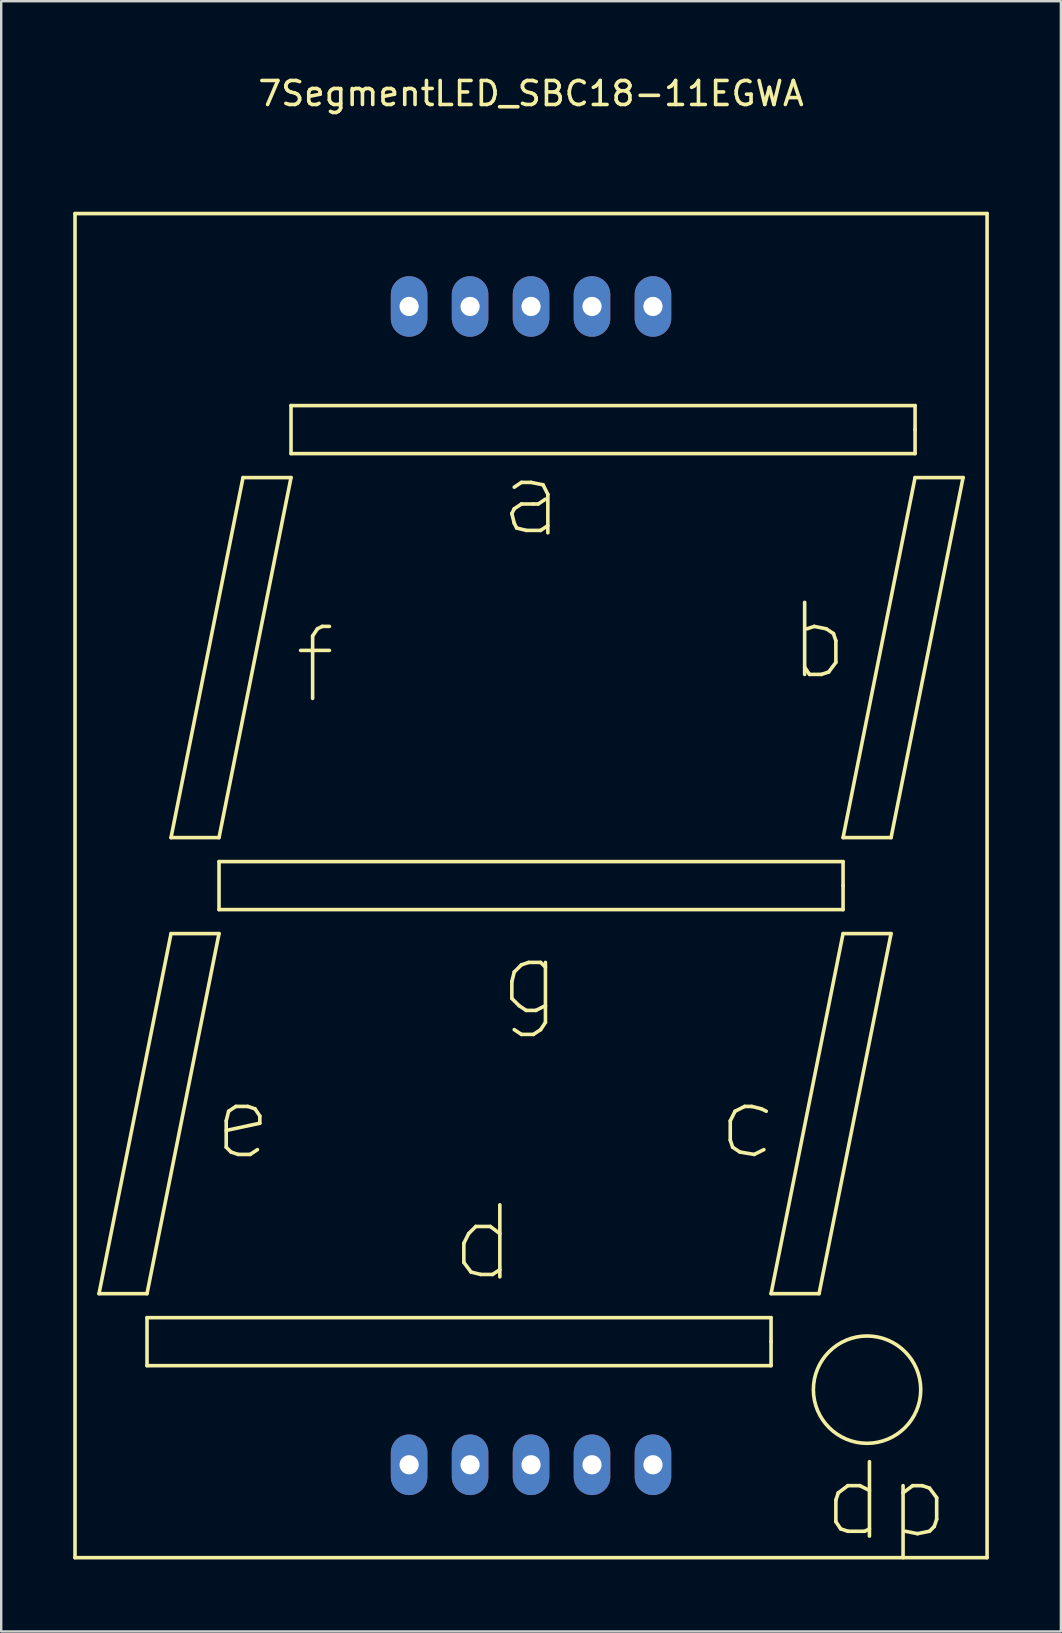
<source format=kicad_pcb>
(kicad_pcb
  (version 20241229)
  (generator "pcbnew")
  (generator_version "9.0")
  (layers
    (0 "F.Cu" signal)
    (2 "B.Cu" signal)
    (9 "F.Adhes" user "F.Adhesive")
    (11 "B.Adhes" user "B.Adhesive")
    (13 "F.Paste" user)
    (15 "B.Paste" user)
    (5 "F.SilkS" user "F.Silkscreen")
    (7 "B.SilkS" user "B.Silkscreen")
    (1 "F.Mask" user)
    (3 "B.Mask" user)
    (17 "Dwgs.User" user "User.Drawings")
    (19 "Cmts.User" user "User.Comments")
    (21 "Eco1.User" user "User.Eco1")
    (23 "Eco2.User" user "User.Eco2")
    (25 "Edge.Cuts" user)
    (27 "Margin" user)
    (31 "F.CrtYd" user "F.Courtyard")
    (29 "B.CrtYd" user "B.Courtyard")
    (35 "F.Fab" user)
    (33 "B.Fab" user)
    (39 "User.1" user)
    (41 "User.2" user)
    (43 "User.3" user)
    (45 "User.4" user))
  (footprint "7SegmentLED_SBC18-11EGWA"
    (layer "F.Cu")
    (at 19.075 33.848)
    (property "Reference" "7SegmentLED_SBC18-11EGWA" (at 0 -33 0) (layer "F.SilkS") (effects (font (size 1 1) (thickness 0.15))))
    (attr through_hole)
    (fp_line (start -19 -28) (end 19 -28) (stroke (width 0.15) (type solid)) (layer "F.SilkS"))
    (fp_line (start -19 28) (end -19 -28) (stroke (width 0.15) (type solid)) (layer "F.SilkS"))
    (fp_line (start -18 17) (end -16 17) (stroke (width 0.15) (type solid)) (layer "F.SilkS"))
    (fp_line (start -16 17) (end -13 2) (stroke (width 0.15) (type solid)) (layer "F.SilkS"))
    (fp_line (start -16 18) (end -16 20) (stroke (width 0.15) (type solid)) (layer "F.SilkS"))
    (fp_line (start -16 20) (end 10 20) (stroke (width 0.15) (type solid)) (layer "F.SilkS"))
    (fp_line (start -15 -2) (end -13 -2) (stroke (width 0.15) (type solid)) (layer "F.SilkS"))
    (fp_line (start -15 2) (end -18 17) (stroke (width 0.15) (type solid)) (layer "F.SilkS"))
    (fp_line (start -13 -2) (end -10 -17) (stroke (width 0.15) (type solid)) (layer "F.SilkS"))
    (fp_line (start -13 -1) (end -13 1) (stroke (width 0.15) (type solid)) (layer "F.SilkS"))
    (fp_line (start -13 1) (end 13 1) (stroke (width 0.15) (type solid)) (layer "F.SilkS"))
    (fp_line (start -13 2) (end -15 2) (stroke (width 0.15) (type solid)) (layer "F.SilkS"))
    (fp_line (start -12.7 9.8) (end -12.6 9.4) (stroke (width 0.15) (type solid)) (layer "F.SilkS"))
    (fp_line (start -12.7 10.9) (end -12.7 9.8) (stroke (width 0.15) (type solid)) (layer "F.SilkS"))
    (fp_line (start -12.6 9.4) (end -12.3 9.2) (stroke (width 0.15) (type solid)) (layer "F.SilkS"))
    (fp_line (start -12.5 11.1) (end -12.7 10.9) (stroke (width 0.15) (type solid)) (layer "F.SilkS"))
    (fp_line (start -12.3 9.2) (end -11.8 9.2) (stroke (width 0.15) (type solid)) (layer "F.SilkS"))
    (fp_line (start -12.2 11.2) (end -12.5 11.1) (stroke (width 0.15) (type solid)) (layer "F.SilkS"))
    (fp_line (start -12 -17) (end -15 -2) (stroke (width 0.15) (type solid)) (layer "F.SilkS"))
    (fp_line (start -11.8 9.2) (end -11.5 9.3) (stroke (width 0.15) (type solid)) (layer "F.SilkS"))
    (fp_line (start -11.7 11.2) (end -12.2 11.2) (stroke (width 0.15) (type solid)) (layer "F.SilkS"))
    (fp_line (start -11.5 9.3) (end -11.3 9.6) (stroke (width 0.15) (type solid)) (layer "F.SilkS"))
    (fp_line (start -11.4 11) (end -11.7 11.2) (stroke (width 0.15) (type solid)) (layer "F.SilkS"))
    (fp_line (start -11.3 9.6) (end -11.3 9.9) (stroke (width 0.15) (type solid)) (layer "F.SilkS"))
    (fp_line (start -11.3 9.9) (end -12.7 10.2) (stroke (width 0.15) (type solid)) (layer "F.SilkS"))
    (fp_line (start -10 -20) (end -10 -18) (stroke (width 0.15) (type solid)) (layer "F.SilkS"))
    (fp_line (start -10 -18) (end 16 -18) (stroke (width 0.15) (type solid)) (layer "F.SilkS"))
    (fp_line (start -10 -17) (end -12 -17) (stroke (width 0.15) (type solid)) (layer "F.SilkS"))
    (fp_line (start -9.6 -9.8) (end -8.4 -9.8) (stroke (width 0.15) (type solid)) (layer "F.SilkS"))
    (fp_line (start -9.1 -10.4) (end -9.1 -7.8) (stroke (width 0.15) (type solid)) (layer "F.SilkS"))
    (fp_line (start -8.9 -10.7) (end -9.1 -10.4) (stroke (width 0.15) (type solid)) (layer "F.SilkS"))
    (fp_line (start -8.7 -10.8) (end -8.9 -10.7) (stroke (width 0.15) (type solid)) (layer "F.SilkS"))
    (fp_line (start -8.4 -10.8) (end -8.7 -10.8) (stroke (width 0.15) (type solid)) (layer "F.SilkS"))
    (fp_line (start -2.8 14.9) (end -2.6 14.5) (stroke (width 0.15) (type solid)) (layer "F.SilkS"))
    (fp_line (start -2.8 15.7) (end -2.8 14.9) (stroke (width 0.15) (type solid)) (layer "F.SilkS"))
    (fp_line (start -2.6 14.5) (end -2.3 14.2) (stroke (width 0.15) (type solid)) (layer "F.SilkS"))
    (fp_line (start -2.5 16.1) (end -2.8 15.7) (stroke (width 0.15) (type solid)) (layer "F.SilkS"))
    (fp_line (start -2.3 14.2) (end -1.7 14.2) (stroke (width 0.15) (type solid)) (layer "F.SilkS"))
    (fp_line (start -2.1 16.2) (end -2.5 16.1) (stroke (width 0.15) (type solid)) (layer "F.SilkS"))
    (fp_line (start -1.7 14.2) (end -1.3 14.5) (stroke (width 0.15) (type solid)) (layer "F.SilkS"))
    (fp_line (start -1.6 16.2) (end -2.1 16.2) (stroke (width 0.15) (type solid)) (layer "F.SilkS"))
    (fp_line (start -1.3 13.3) (end -1.3 16.3) (stroke (width 0.15) (type solid)) (layer "F.SilkS"))
    (fp_line (start -1.3 16) (end -1.6 16.2) (stroke (width 0.15) (type solid)) (layer "F.SilkS"))
    (fp_line (start -0.8 -15.5) (end -0.7 -15.7) (stroke (width 0.15) (type solid)) (layer "F.SilkS"))
    (fp_line (start -0.8 4) (end -0.8 4.7) (stroke (width 0.15) (type solid)) (layer "F.SilkS"))
    (fp_line (start -0.8 4.7) (end -0.5 5) (stroke (width 0.15) (type solid)) (layer "F.SilkS"))
    (fp_line (start -0.7 -16.6) (end -0.4 -16.8) (stroke (width 0.15) (type solid)) (layer "F.SilkS"))
    (fp_line (start -0.7 -15.7) (end -0.4 -15.9) (stroke (width 0.15) (type solid)) (layer "F.SilkS"))
    (fp_line (start -0.7 -15.1) (end -0.8 -15.5) (stroke (width 0.15) (type solid)) (layer "F.SilkS"))
    (fp_line (start -0.7 3.6) (end -0.8 4) (stroke (width 0.15) (type solid)) (layer "F.SilkS"))
    (fp_line (start -0.7 6) (end -0.4 6.2) (stroke (width 0.15) (type solid)) (layer "F.SilkS"))
    (fp_line (start -0.6 -14.9) (end -0.7 -15.1) (stroke (width 0.15) (type solid)) (layer "F.SilkS"))
    (fp_line (start -0.5 5) (end -0.2 5.2) (stroke (width 0.15) (type solid)) (layer "F.SilkS"))
    (fp_line (start -0.4 -16.8) (end 0 -16.8) (stroke (width 0.15) (type solid)) (layer "F.SilkS"))
    (fp_line (start -0.4 -15.9) (end 0.1 -15.9) (stroke (width 0.15) (type solid)) (layer "F.SilkS"))
    (fp_line (start -0.4 3.3) (end -0.7 3.6) (stroke (width 0.15) (type solid)) (layer "F.SilkS"))
    (fp_line (start -0.4 6.2) (end 0.1 6.2) (stroke (width 0.15) (type solid)) (layer "F.SilkS"))
    (fp_line (start -0.2 -14.8) (end -0.6 -14.9) (stroke (width 0.15) (type solid)) (layer "F.SilkS"))
    (fp_line (start -0.2 5.2) (end 0.2 5.2) (stroke (width 0.15) (type solid)) (layer "F.SilkS"))
    (fp_line (start -0.1 3.2) (end -0.4 3.3) (stroke (width 0.15) (type solid)) (layer "F.SilkS"))
    (fp_line (start 0 -16.8) (end 0.5 -16.7) (stroke (width 0.15) (type solid)) (layer "F.SilkS"))
    (fp_line (start 0.1 -15.9) (end 0.3 -15.9) (stroke (width 0.15) (type solid)) (layer "F.SilkS"))
    (fp_line (start 0.1 6.2) (end 0.4 6) (stroke (width 0.15) (type solid)) (layer "F.SilkS"))
    (fp_line (start 0.2 5.2) (end 0.6 5) (stroke (width 0.15) (type solid)) (layer "F.SilkS"))
    (fp_line (start 0.3 -15.9) (end 0.6 -16.1) (stroke (width 0.15) (type solid)) (layer "F.SilkS"))
    (fp_line (start 0.4 -14.8) (end -0.2 -14.8) (stroke (width 0.15) (type solid)) (layer "F.SilkS"))
    (fp_line (start 0.4 3.2) (end -0.1 3.2) (stroke (width 0.15) (type solid)) (layer "F.SilkS"))
    (fp_line (start 0.4 6) (end 0.6 5.7) (stroke (width 0.15) (type solid)) (layer "F.SilkS"))
    (fp_line (start 0.5 -16.7) (end 0.7 -16.3) (stroke (width 0.15) (type solid)) (layer "F.SilkS"))
    (fp_line (start 0.6 3.4) (end 0.4 3.2) (stroke (width 0.15) (type solid)) (layer "F.SilkS"))
    (fp_line (start 0.6 5.7) (end 0.6 3.2) (stroke (width 0.15) (type solid)) (layer "F.SilkS"))
    (fp_line (start 0.7 -16.3) (end 0.7 -14.7) (stroke (width 0.15) (type solid)) (layer "F.SilkS"))
    (fp_line (start 0.7 -15) (end 0.4 -14.8) (stroke (width 0.15) (type solid)) (layer "F.SilkS"))
    (fp_line (start 8.3 9.8) (end 8.3 10.6) (stroke (width 0.15) (type solid)) (layer "F.SilkS"))
    (fp_line (start 8.3 10.6) (end 8.4 10.9) (stroke (width 0.15) (type solid)) (layer "F.SilkS"))
    (fp_line (start 8.4 10.9) (end 8.7 11.1) (stroke (width 0.15) (type solid)) (layer "F.SilkS"))
    (fp_line (start 8.5 9.4) (end 8.3 9.8) (stroke (width 0.15) (type solid)) (layer "F.SilkS"))
    (fp_line (start 8.7 11.1) (end 9.3 11.2) (stroke (width 0.15) (type solid)) (layer "F.SilkS"))
    (fp_line (start 8.9 9.2) (end 8.5 9.4) (stroke (width 0.15) (type solid)) (layer "F.SilkS"))
    (fp_line (start 9.2 9.2) (end 8.9 9.2) (stroke (width 0.15) (type solid)) (layer "F.SilkS"))
    (fp_line (start 9.3 11.2) (end 9.7 11) (stroke (width 0.15) (type solid)) (layer "F.SilkS"))
    (fp_line (start 9.6 9.3) (end 9.2 9.2) (stroke (width 0.15) (type solid)) (layer "F.SilkS"))
    (fp_line (start 9.8 9.4) (end 9.6 9.3) (stroke (width 0.15) (type solid)) (layer "F.SilkS"))
    (fp_line (start 10 17) (end 12 17) (stroke (width 0.15) (type solid)) (layer "F.SilkS"))
    (fp_line (start 10 18) (end -16 18) (stroke (width 0.15) (type solid)) (layer "F.SilkS"))
    (fp_line (start 10 19) (end 10 18) (stroke (width 0.15) (type solid)) (layer "F.SilkS"))
    (fp_line (start 10 20) (end 10 19) (stroke (width 0.15) (type solid)) (layer "F.SilkS"))
    (fp_line (start 11.4 -11.8) (end 11.4 -8.8) (stroke (width 0.15) (type solid)) (layer "F.SilkS"))
    (fp_line (start 11.4 -9.1) (end 11.6 -8.8) (stroke (width 0.15) (type solid)) (layer "F.SilkS"))
    (fp_line (start 11.6 -8.8) (end 12.1 -8.8) (stroke (width 0.15) (type solid)) (layer "F.SilkS"))
    (fp_line (start 11.8 -10.8) (end 11.5 -10.7) (stroke (width 0.15) (type solid)) (layer "F.SilkS"))
    (fp_line (start 12 17) (end 15 2) (stroke (width 0.15) (type solid)) (layer "F.SilkS"))
    (fp_line (start 12.1 -8.8) (end 12.4 -8.9) (stroke (width 0.15) (type solid)) (layer "F.SilkS"))
    (fp_line (start 12.3 -10.7) (end 11.8 -10.8) (stroke (width 0.15) (type solid)) (layer "F.SilkS"))
    (fp_line (start 12.4 -8.9) (end 12.7 -9.3) (stroke (width 0.15) (type solid)) (layer "F.SilkS"))
    (fp_line (start 12.6 -10.5) (end 12.3 -10.7) (stroke (width 0.15) (type solid)) (layer "F.SilkS"))
    (fp_line (start 12.7 -10.2) (end 12.6 -10.5) (stroke (width 0.15) (type solid)) (layer "F.SilkS"))
    (fp_line (start 12.7 -9.3) (end 12.7 -10.2) (stroke (width 0.15) (type solid)) (layer "F.SilkS"))
    (fp_line (start 12.7 25.6) (end 12.8 25.3) (stroke (width 0.15) (type solid)) (layer "F.SilkS"))
    (fp_line (start 12.7 26.5) (end 12.7 25.6) (stroke (width 0.15) (type solid)) (layer "F.SilkS"))
    (fp_line (start 12.8 25.3) (end 13.2 25) (stroke (width 0.15) (type solid)) (layer "F.SilkS"))
    (fp_line (start 12.9 26.8) (end 12.7 26.5) (stroke (width 0.15) (type solid)) (layer "F.SilkS"))
    (fp_line (start 13 -2) (end 15 -2) (stroke (width 0.15) (type solid)) (layer "F.SilkS"))
    (fp_line (start 13 -1) (end -13 -1) (stroke (width 0.15) (type solid)) (layer "F.SilkS"))
    (fp_line (start 13 0) (end 13 -1) (stroke (width 0.15) (type solid)) (layer "F.SilkS"))
    (fp_line (start 13 1) (end 13 0) (stroke (width 0.15) (type solid)) (layer "F.SilkS"))
    (fp_line (start 13 2) (end 10 17) (stroke (width 0.15) (type solid)) (layer "F.SilkS"))
    (fp_line (start 13.2 25) (end 13.7 25) (stroke (width 0.15) (type solid)) (layer "F.SilkS"))
    (fp_line (start 13.2 26.9) (end 12.9 26.8) (stroke (width 0.15) (type solid)) (layer "F.SilkS"))
    (fp_line (start 13.7 25) (end 14.1 25.2) (stroke (width 0.15) (type solid)) (layer "F.SilkS"))
    (fp_line (start 13.9 26.9) (end 13.2 26.9) (stroke (width 0.15) (type solid)) (layer "F.SilkS"))
    (fp_line (start 14.1 24) (end 14.1 27.1) (stroke (width 0.15) (type solid)) (layer "F.SilkS"))
    (fp_line (start 14.1 26.8) (end 13.9 26.9) (stroke (width 0.15) (type solid)) (layer "F.SilkS"))
    (fp_line (start 15 -2) (end 18 -17) (stroke (width 0.15) (type solid)) (layer "F.SilkS"))
    (fp_line (start 15 2) (end 13 2) (stroke (width 0.15) (type solid)) (layer "F.SilkS"))
    (fp_line (start 15.5 25) (end 15.5 28) (stroke (width 0.15) (type solid)) (layer "F.SilkS"))
    (fp_line (start 15.5 25.3) (end 15.9 25) (stroke (width 0.15) (type solid)) (layer "F.SilkS"))
    (fp_line (start 15.9 25) (end 16.3 25) (stroke (width 0.15) (type solid)) (layer "F.SilkS"))
    (fp_line (start 16 -20) (end -10 -20) (stroke (width 0.15) (type solid)) (layer "F.SilkS"))
    (fp_line (start 16 -19) (end 16 -20) (stroke (width 0.15) (type solid)) (layer "F.SilkS"))
    (fp_line (start 16 -18) (end 16 -19) (stroke (width 0.15) (type solid)) (layer "F.SilkS"))
    (fp_line (start 16 -17) (end 13 -2) (stroke (width 0.15) (type solid)) (layer "F.SilkS"))
    (fp_line (start 16.1 27) (end 15.6 26.9) (stroke (width 0.15) (type solid)) (layer "F.SilkS"))
    (fp_line (start 16.3 25) (end 16.6 25.1) (stroke (width 0.15) (type solid)) (layer "F.SilkS"))
    (fp_line (start 16.6 25.1) (end 16.9 25.5) (stroke (width 0.15) (type solid)) (layer "F.SilkS"))
    (fp_line (start 16.6 26.9) (end 16.1 27) (stroke (width 0.15) (type solid)) (layer "F.SilkS"))
    (fp_line (start 16.8 26.7) (end 16.6 26.9) (stroke (width 0.15) (type solid)) (layer "F.SilkS"))
    (fp_line (start 16.9 25.5) (end 16.9 26.4) (stroke (width 0.15) (type solid)) (layer "F.SilkS"))
    (fp_line (start 16.9 26.4) (end 16.8 26.7) (stroke (width 0.15) (type solid)) (layer "F.SilkS"))
    (fp_line (start 18 -17) (end 16 -17) (stroke (width 0.15) (type solid)) (layer "F.SilkS"))
    (fp_line (start 19 -28) (end 19 28) (stroke (width 0.15) (type solid)) (layer "F.SilkS"))
    (fp_line (start 19 28) (end -19 28) (stroke (width 0.15) (type solid)) (layer "F.SilkS"))
    (fp_circle (center 14 21) (end 16 22) (stroke (width 0.15) (type solid)) (fill no) (layer "F.SilkS"))
    (pad "1" thru_hole oval (at -5.08 24.13) (size 1.524 2.524) (drill 0.8) (layers "*.Cu" "*.Mask"))
    (pad "2" thru_hole oval (at -2.54 24.13) (size 1.524 2.524) (drill 0.8) (layers "*.Cu" "*.Mask"))
    (pad "3" thru_hole oval (at 0 24.13) (size 1.524 2.524) (drill 0.8) (layers "*.Cu" "*.Mask"))
    (pad "4" thru_hole oval (at 2.54 24.13) (size 1.524 2.524) (drill 0.8) (layers "*.Cu" "*.Mask"))
    (pad "5" thru_hole oval (at 5.08 24.13) (size 1.524 2.524) (drill 0.8) (layers "*.Cu" "*.Mask"))
    (pad "6" thru_hole oval (at 5.08 -24.13) (size 1.524 2.524) (drill 0.8) (layers "*.Cu" "*.Mask"))
    (pad "7" thru_hole oval (at 2.54 -24.13) (size 1.524 2.524) (drill 0.8) (layers "*.Cu" "*.Mask"))
    (pad "8" thru_hole oval (at 0 -24.13) (size 1.524 2.524) (drill 0.8) (layers "*.Cu" "*.Mask"))
    (pad "9" thru_hole oval (at -2.54 -24.13) (size 1.524 2.524) (drill 0.8) (layers "*.Cu" "*.Mask"))
    (pad "10" thru_hole oval (at -5.08 -24.13) (size 1.524 2.524) (drill 0.8) (layers "*.Cu" "*.Mask")))
  (gr_rect
    (start -3 -3)
    (end 41.15 64.923)
    (stroke (width 0.1) (type default))
    (fill no)
    (layer "Edge.Cuts")))
</source>
